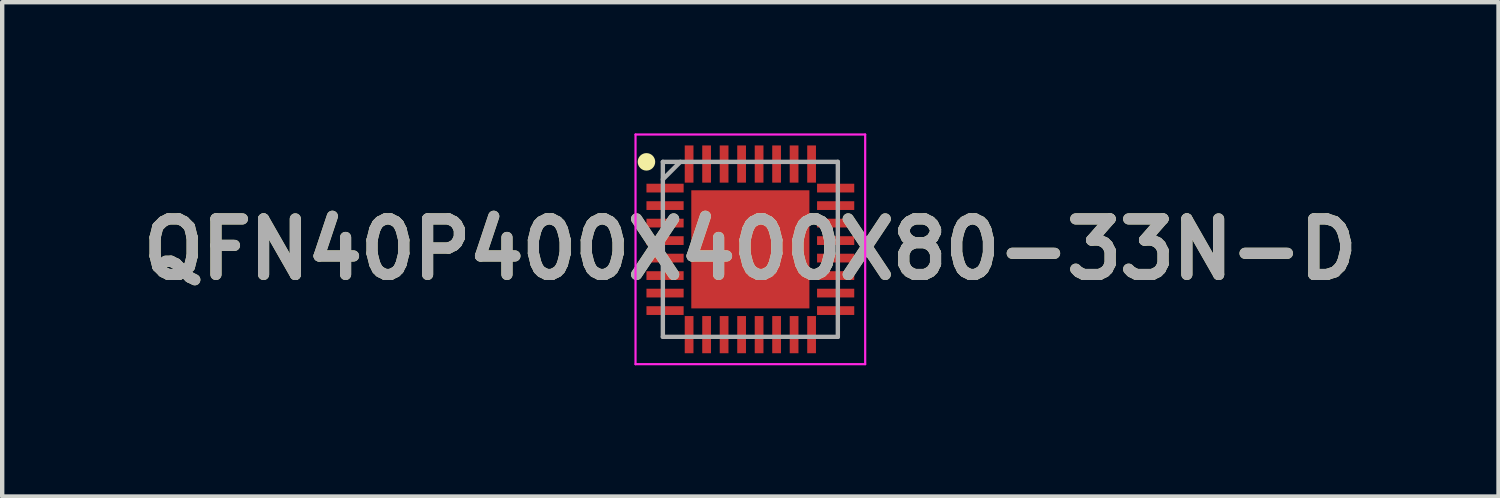
<source format=kicad_pcb>
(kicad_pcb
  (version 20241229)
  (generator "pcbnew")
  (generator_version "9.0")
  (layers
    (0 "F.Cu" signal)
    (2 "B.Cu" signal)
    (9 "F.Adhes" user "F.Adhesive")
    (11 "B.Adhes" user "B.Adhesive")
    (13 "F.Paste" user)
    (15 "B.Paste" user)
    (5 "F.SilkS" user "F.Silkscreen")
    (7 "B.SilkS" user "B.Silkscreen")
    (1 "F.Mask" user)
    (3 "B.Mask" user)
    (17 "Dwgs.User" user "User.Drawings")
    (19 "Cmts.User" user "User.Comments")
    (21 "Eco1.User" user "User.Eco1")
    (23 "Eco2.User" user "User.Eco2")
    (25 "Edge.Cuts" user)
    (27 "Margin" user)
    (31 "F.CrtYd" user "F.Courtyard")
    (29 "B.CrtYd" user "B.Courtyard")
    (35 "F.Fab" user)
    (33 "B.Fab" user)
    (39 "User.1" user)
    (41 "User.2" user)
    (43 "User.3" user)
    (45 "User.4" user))
  (footprint "QFN40P400X400X80-33N-D"
    (layer "F.Cu")
    (at 14.103 2.65)
    (property "Reference" "QFN40P400X400X80-33N-D" (at 0 0 0) (layer "F.SilkS") (effects (font (size 1.27 1.27) (thickness 0.254))))
    (attr smd)
    (fp_circle (center -2.375 -2) (end -2.375 -1.9) (stroke (width 0.2) (type solid)) (fill no) (layer "F.SilkS"))
    (fp_line (start -2.625 -2.625) (end 2.625 -2.625) (stroke (width 0.05) (type solid)) (layer "F.CrtYd"))
    (fp_line (start -2.625 2.625) (end -2.625 -2.625) (stroke (width 0.05) (type solid)) (layer "F.CrtYd"))
    (fp_line (start 2.625 -2.625) (end 2.625 2.625) (stroke (width 0.05) (type solid)) (layer "F.CrtYd"))
    (fp_line (start 2.625 2.625) (end -2.625 2.625) (stroke (width 0.05) (type solid)) (layer "F.CrtYd"))
    (fp_line (start -2 -2) (end 2 -2) (stroke (width 0.1) (type solid)) (layer "F.Fab"))
    (fp_line (start -2 -1.6) (end -1.6 -2) (stroke (width 0.1) (type solid)) (layer "F.Fab"))
    (fp_line (start -2 2) (end -2 -2) (stroke (width 0.1) (type solid)) (layer "F.Fab"))
    (fp_line (start 2 -2) (end 2 2) (stroke (width 0.1) (type solid)) (layer "F.Fab"))
    (fp_line (start 2 2) (end -2 2) (stroke (width 0.1) (type solid)) (layer "F.Fab"))
    (fp_text user "${REFERENCE}" (at 0 0 0) (layer "F.Fab") (effects (font (size 1.27 1.27) (thickness 0.254))))
    (pad "1" smd rect (at -1.95 -1.4 90) (size 0.2 0.85) (layers "F.Cu" "F.Mask" "F.Paste"))
    (pad "2" smd rect (at -1.95 -1 90) (size 0.2 0.85) (layers "F.Cu" "F.Mask" "F.Paste"))
    (pad "3" smd rect (at -1.95 -0.6 90) (size 0.2 0.85) (layers "F.Cu" "F.Mask" "F.Paste"))
    (pad "4" smd rect (at -1.95 -0.2 90) (size 0.2 0.85) (layers "F.Cu" "F.Mask" "F.Paste"))
    (pad "5" smd rect (at -1.95 0.2 90) (size 0.2 0.85) (layers "F.Cu" "F.Mask" "F.Paste"))
    (pad "6" smd rect (at -1.95 0.6 90) (size 0.2 0.85) (layers "F.Cu" "F.Mask" "F.Paste"))
    (pad "7" smd rect (at -1.95 1 90) (size 0.2 0.85) (layers "F.Cu" "F.Mask" "F.Paste"))
    (pad "8" smd rect (at -1.95 1.4 90) (size 0.2 0.85) (layers "F.Cu" "F.Mask" "F.Paste"))
    (pad "9" smd rect (at -1.4 1.95) (size 0.2 0.85) (layers "F.Cu" "F.Mask" "F.Paste"))
    (pad "10" smd rect (at -1 1.95) (size 0.2 0.85) (layers "F.Cu" "F.Mask" "F.Paste"))
    (pad "11" smd rect (at -0.6 1.95) (size 0.2 0.85) (layers "F.Cu" "F.Mask" "F.Paste"))
    (pad "12" smd rect (at -0.2 1.95) (size 0.2 0.85) (layers "F.Cu" "F.Mask" "F.Paste"))
    (pad "13" smd rect (at 0.2 1.95) (size 0.2 0.85) (layers "F.Cu" "F.Mask" "F.Paste"))
    (pad "14" smd rect (at 0.6 1.95) (size 0.2 0.85) (layers "F.Cu" "F.Mask" "F.Paste"))
    (pad "15" smd rect (at 1 1.95) (size 0.2 0.85) (layers "F.Cu" "F.Mask" "F.Paste"))
    (pad "16" smd rect (at 1.4 1.95) (size 0.2 0.85) (layers "F.Cu" "F.Mask" "F.Paste"))
    (pad "17" smd rect (at 1.95 1.4 90) (size 0.2 0.85) (layers "F.Cu" "F.Mask" "F.Paste"))
    (pad "18" smd rect (at 1.95 1 90) (size 0.2 0.85) (layers "F.Cu" "F.Mask" "F.Paste"))
    (pad "19" smd rect (at 1.95 0.6 90) (size 0.2 0.85) (layers "F.Cu" "F.Mask" "F.Paste"))
    (pad "20" smd rect (at 1.95 0.2 90) (size 0.2 0.85) (layers "F.Cu" "F.Mask" "F.Paste"))
    (pad "21" smd rect (at 1.95 -0.2 90) (size 0.2 0.85) (layers "F.Cu" "F.Mask" "F.Paste"))
    (pad "22" smd rect (at 1.95 -0.6 90) (size 0.2 0.85) (layers "F.Cu" "F.Mask" "F.Paste"))
    (pad "23" smd rect (at 1.95 -1 90) (size 0.2 0.85) (layers "F.Cu" "F.Mask" "F.Paste"))
    (pad "24" smd rect (at 1.95 -1.4 90) (size 0.2 0.85) (layers "F.Cu" "F.Mask" "F.Paste"))
    (pad "25" smd rect (at 1.4 -1.95) (size 0.2 0.85) (layers "F.Cu" "F.Mask" "F.Paste"))
    (pad "26" smd rect (at 1 -1.95) (size 0.2 0.85) (layers "F.Cu" "F.Mask" "F.Paste"))
    (pad "27" smd rect (at 0.6 -1.95) (size 0.2 0.85) (layers "F.Cu" "F.Mask" "F.Paste"))
    (pad "28" smd rect (at 0.2 -1.95) (size 0.2 0.85) (layers "F.Cu" "F.Mask" "F.Paste"))
    (pad "29" smd rect (at -0.2 -1.95) (size 0.2 0.85) (layers "F.Cu" "F.Mask" "F.Paste"))
    (pad "30" smd rect (at -0.6 -1.95) (size 0.2 0.85) (layers "F.Cu" "F.Mask" "F.Paste"))
    (pad "31" smd rect (at -1 -1.95) (size 0.2 0.85) (layers "F.Cu" "F.Mask" "F.Paste"))
    (pad "32" smd rect (at -1.4 -1.95) (size 0.2 0.85) (layers "F.Cu" "F.Mask" "F.Paste"))
    (pad "33" smd rect (at 0 0) (size 2.7 2.7) (layers "F.Cu" "F.Mask" "F.Paste")))
  (gr_rect
    (start -3 -3)
    (end 31.206 8.3)
    (stroke (width 0.1) (type default))
    (fill no)
    (layer "Edge.Cuts")))
</source>
